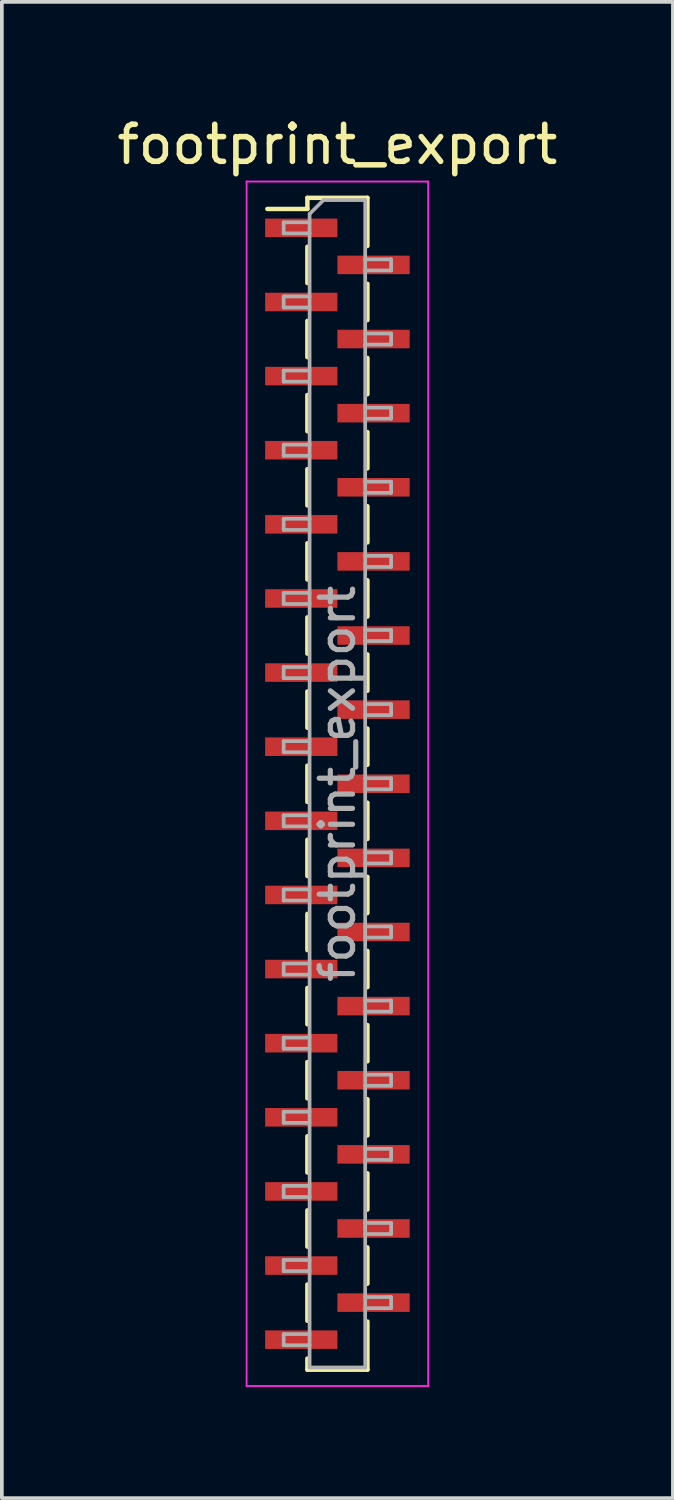
<source format=kicad_pcb>
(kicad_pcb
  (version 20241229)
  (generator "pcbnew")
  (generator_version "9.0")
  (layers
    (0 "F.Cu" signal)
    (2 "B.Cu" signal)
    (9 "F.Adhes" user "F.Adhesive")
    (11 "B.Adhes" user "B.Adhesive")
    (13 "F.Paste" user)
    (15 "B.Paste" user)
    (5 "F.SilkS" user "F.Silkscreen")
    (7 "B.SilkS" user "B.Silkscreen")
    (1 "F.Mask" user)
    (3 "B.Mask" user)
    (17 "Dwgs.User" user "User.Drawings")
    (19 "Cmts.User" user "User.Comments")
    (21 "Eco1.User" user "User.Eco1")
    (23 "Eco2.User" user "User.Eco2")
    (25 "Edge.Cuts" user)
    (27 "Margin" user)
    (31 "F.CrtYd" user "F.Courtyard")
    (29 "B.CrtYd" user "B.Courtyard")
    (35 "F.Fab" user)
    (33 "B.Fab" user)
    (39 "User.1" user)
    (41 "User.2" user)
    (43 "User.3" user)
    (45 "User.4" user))
  (footprint "footprint_export"
    (layer "F.Cu")
    (at 6.054 18.098)
    (property "Reference" "footprint_export" (at 0 -17.25 0) (layer "F.SilkS") (effects (font (size 1 1) (thickness 0.15))))
    (attr smd)
    (fp_line (start -1.89 -15.51) (end -0.81 -15.51) (stroke (width 0.12) (type solid)) (layer "F.SilkS"))
    (fp_line (start -0.81 -15.81) (end -0.81 -15.51) (stroke (width 0.12) (type solid)) (layer "F.SilkS"))
    (fp_line (start -0.81 -15.81) (end 0.81 -15.81) (stroke (width 0.12) (type solid)) (layer "F.SilkS"))
    (fp_line (start -0.81 -14.49) (end -0.81 -13.51) (stroke (width 0.12) (type solid)) (layer "F.SilkS"))
    (fp_line (start -0.81 -12.49) (end -0.81 -11.51) (stroke (width 0.12) (type solid)) (layer "F.SilkS"))
    (fp_line (start -0.81 -10.49) (end -0.81 -9.51) (stroke (width 0.12) (type solid)) (layer "F.SilkS"))
    (fp_line (start -0.81 -8.49) (end -0.81 -7.51) (stroke (width 0.12) (type solid)) (layer "F.SilkS"))
    (fp_line (start -0.81 -6.49) (end -0.81 -5.51) (stroke (width 0.12) (type solid)) (layer "F.SilkS"))
    (fp_line (start -0.81 -4.49) (end -0.81 -3.51) (stroke (width 0.12) (type solid)) (layer "F.SilkS"))
    (fp_line (start -0.81 -2.49) (end -0.81 -1.51) (stroke (width 0.12) (type solid)) (layer "F.SilkS"))
    (fp_line (start -0.81 -0.49) (end -0.81 0.49) (stroke (width 0.12) (type solid)) (layer "F.SilkS"))
    (fp_line (start -0.81 1.51) (end -0.81 2.49) (stroke (width 0.12) (type solid)) (layer "F.SilkS"))
    (fp_line (start -0.81 3.51) (end -0.81 4.49) (stroke (width 0.12) (type solid)) (layer "F.SilkS"))
    (fp_line (start -0.81 5.51) (end -0.81 6.49) (stroke (width 0.12) (type solid)) (layer "F.SilkS"))
    (fp_line (start -0.81 7.51) (end -0.81 8.49) (stroke (width 0.12) (type solid)) (layer "F.SilkS"))
    (fp_line (start -0.81 9.51) (end -0.81 10.49) (stroke (width 0.12) (type solid)) (layer "F.SilkS"))
    (fp_line (start -0.81 11.51) (end -0.81 12.49) (stroke (width 0.12) (type solid)) (layer "F.SilkS"))
    (fp_line (start -0.81 13.51) (end -0.81 14.49) (stroke (width 0.12) (type solid)) (layer "F.SilkS"))
    (fp_line (start -0.81 15.51) (end -0.81 15.81) (stroke (width 0.12) (type solid)) (layer "F.SilkS"))
    (fp_line (start -0.81 15.81) (end 0.81 15.81) (stroke (width 0.12) (type solid)) (layer "F.SilkS"))
    (fp_line (start 0.81 -15.81) (end 0.81 -14.51) (stroke (width 0.12) (type solid)) (layer "F.SilkS"))
    (fp_line (start 0.81 -13.49) (end 0.81 -12.51) (stroke (width 0.12) (type solid)) (layer "F.SilkS"))
    (fp_line (start 0.81 -11.49) (end 0.81 -10.51) (stroke (width 0.12) (type solid)) (layer "F.SilkS"))
    (fp_line (start 0.81 -9.49) (end 0.81 -8.51) (stroke (width 0.12) (type solid)) (layer "F.SilkS"))
    (fp_line (start 0.81 -7.49) (end 0.81 -6.51) (stroke (width 0.12) (type solid)) (layer "F.SilkS"))
    (fp_line (start 0.81 -5.49) (end 0.81 -4.51) (stroke (width 0.12) (type solid)) (layer "F.SilkS"))
    (fp_line (start 0.81 -3.49) (end 0.81 -2.51) (stroke (width 0.12) (type solid)) (layer "F.SilkS"))
    (fp_line (start 0.81 -1.49) (end 0.81 -0.51) (stroke (width 0.12) (type solid)) (layer "F.SilkS"))
    (fp_line (start 0.81 0.51) (end 0.81 1.49) (stroke (width 0.12) (type solid)) (layer "F.SilkS"))
    (fp_line (start 0.81 2.51) (end 0.81 3.49) (stroke (width 0.12) (type solid)) (layer "F.SilkS"))
    (fp_line (start 0.81 4.51) (end 0.81 5.49) (stroke (width 0.12) (type solid)) (layer "F.SilkS"))
    (fp_line (start 0.81 6.51) (end 0.81 7.49) (stroke (width 0.12) (type solid)) (layer "F.SilkS"))
    (fp_line (start 0.81 8.51) (end 0.81 9.49) (stroke (width 0.12) (type solid)) (layer "F.SilkS"))
    (fp_line (start 0.81 10.51) (end 0.81 11.49) (stroke (width 0.12) (type solid)) (layer "F.SilkS"))
    (fp_line (start 0.81 12.51) (end 0.81 13.49) (stroke (width 0.12) (type solid)) (layer "F.SilkS"))
    (fp_line (start 0.81 14.51) (end 0.81 15.81) (stroke (width 0.12) (type solid)) (layer "F.SilkS"))
    (fp_line (start -2.45 -16.25) (end 2.45 -16.25) (stroke (width 0.05) (type solid)) (layer "F.CrtYd"))
    (fp_line (start -2.45 16.25) (end -2.45 -16.25) (stroke (width 0.05) (type solid)) (layer "F.CrtYd"))
    (fp_line (start 2.45 -16.25) (end 2.45 16.25) (stroke (width 0.05) (type solid)) (layer "F.CrtYd"))
    (fp_line (start 2.45 16.25) (end -2.45 16.25) (stroke (width 0.05) (type solid)) (layer "F.CrtYd"))
    (fp_line (start -1.45 -15.15) (end -0.75 -15.15) (stroke (width 0.1) (type solid)) (layer "F.Fab"))
    (fp_line (start -1.45 -14.85) (end -1.45 -15.15) (stroke (width 0.1) (type solid)) (layer "F.Fab"))
    (fp_line (start -1.45 -13.15) (end -0.75 -13.15) (stroke (width 0.1) (type solid)) (layer "F.Fab"))
    (fp_line (start -1.45 -12.85) (end -1.45 -13.15) (stroke (width 0.1) (type solid)) (layer "F.Fab"))
    (fp_line (start -1.45 -11.15) (end -0.75 -11.15) (stroke (width 0.1) (type solid)) (layer "F.Fab"))
    (fp_line (start -1.45 -10.85) (end -1.45 -11.15) (stroke (width 0.1) (type solid)) (layer "F.Fab"))
    (fp_line (start -1.45 -9.15) (end -0.75 -9.15) (stroke (width 0.1) (type solid)) (layer "F.Fab"))
    (fp_line (start -1.45 -8.85) (end -1.45 -9.15) (stroke (width 0.1) (type solid)) (layer "F.Fab"))
    (fp_line (start -1.45 -7.15) (end -0.75 -7.15) (stroke (width 0.1) (type solid)) (layer "F.Fab"))
    (fp_line (start -1.45 -6.85) (end -1.45 -7.15) (stroke (width 0.1) (type solid)) (layer "F.Fab"))
    (fp_line (start -1.45 -5.15) (end -0.75 -5.15) (stroke (width 0.1) (type solid)) (layer "F.Fab"))
    (fp_line (start -1.45 -4.85) (end -1.45 -5.15) (stroke (width 0.1) (type solid)) (layer "F.Fab"))
    (fp_line (start -1.45 -3.15) (end -0.75 -3.15) (stroke (width 0.1) (type solid)) (layer "F.Fab"))
    (fp_line (start -1.45 -2.85) (end -1.45 -3.15) (stroke (width 0.1) (type solid)) (layer "F.Fab"))
    (fp_line (start -1.45 -1.15) (end -0.75 -1.15) (stroke (width 0.1) (type solid)) (layer "F.Fab"))
    (fp_line (start -1.45 -0.85) (end -1.45 -1.15) (stroke (width 0.1) (type solid)) (layer "F.Fab"))
    (fp_line (start -1.45 0.85) (end -0.75 0.85) (stroke (width 0.1) (type solid)) (layer "F.Fab"))
    (fp_line (start -1.45 1.15) (end -1.45 0.85) (stroke (width 0.1) (type solid)) (layer "F.Fab"))
    (fp_line (start -1.45 2.85) (end -0.75 2.85) (stroke (width 0.1) (type solid)) (layer "F.Fab"))
    (fp_line (start -1.45 3.15) (end -1.45 2.85) (stroke (width 0.1) (type solid)) (layer "F.Fab"))
    (fp_line (start -1.45 4.85) (end -0.75 4.85) (stroke (width 0.1) (type solid)) (layer "F.Fab"))
    (fp_line (start -1.45 5.15) (end -1.45 4.85) (stroke (width 0.1) (type solid)) (layer "F.Fab"))
    (fp_line (start -1.45 6.85) (end -0.75 6.85) (stroke (width 0.1) (type solid)) (layer "F.Fab"))
    (fp_line (start -1.45 7.15) (end -1.45 6.85) (stroke (width 0.1) (type solid)) (layer "F.Fab"))
    (fp_line (start -1.45 8.85) (end -0.75 8.85) (stroke (width 0.1) (type solid)) (layer "F.Fab"))
    (fp_line (start -1.45 9.15) (end -1.45 8.85) (stroke (width 0.1) (type solid)) (layer "F.Fab"))
    (fp_line (start -1.45 10.85) (end -0.75 10.85) (stroke (width 0.1) (type solid)) (layer "F.Fab"))
    (fp_line (start -1.45 11.15) (end -1.45 10.85) (stroke (width 0.1) (type solid)) (layer "F.Fab"))
    (fp_line (start -1.45 12.85) (end -0.75 12.85) (stroke (width 0.1) (type solid)) (layer "F.Fab"))
    (fp_line (start -1.45 13.15) (end -1.45 12.85) (stroke (width 0.1) (type solid)) (layer "F.Fab"))
    (fp_line (start -1.45 14.85) (end -0.75 14.85) (stroke (width 0.1) (type solid)) (layer "F.Fab"))
    (fp_line (start -1.45 15.15) (end -1.45 14.85) (stroke (width 0.1) (type solid)) (layer "F.Fab"))
    (fp_line (start -0.75 -15.375) (end -0.375 -15.75) (stroke (width 0.1) (type solid)) (layer "F.Fab"))
    (fp_line (start -0.75 -14.85) (end -1.45 -14.85) (stroke (width 0.1) (type solid)) (layer "F.Fab"))
    (fp_line (start -0.75 -12.85) (end -1.45 -12.85) (stroke (width 0.1) (type solid)) (layer "F.Fab"))
    (fp_line (start -0.75 -10.85) (end -1.45 -10.85) (stroke (width 0.1) (type solid)) (layer "F.Fab"))
    (fp_line (start -0.75 -8.85) (end -1.45 -8.85) (stroke (width 0.1) (type solid)) (layer "F.Fab"))
    (fp_line (start -0.75 -6.85) (end -1.45 -6.85) (stroke (width 0.1) (type solid)) (layer "F.Fab"))
    (fp_line (start -0.75 -4.85) (end -1.45 -4.85) (stroke (width 0.1) (type solid)) (layer "F.Fab"))
    (fp_line (start -0.75 -2.85) (end -1.45 -2.85) (stroke (width 0.1) (type solid)) (layer "F.Fab"))
    (fp_line (start -0.75 -0.85) (end -1.45 -0.85) (stroke (width 0.1) (type solid)) (layer "F.Fab"))
    (fp_line (start -0.75 1.15) (end -1.45 1.15) (stroke (width 0.1) (type solid)) (layer "F.Fab"))
    (fp_line (start -0.75 3.15) (end -1.45 3.15) (stroke (width 0.1) (type solid)) (layer "F.Fab"))
    (fp_line (start -0.75 5.15) (end -1.45 5.15) (stroke (width 0.1) (type solid)) (layer "F.Fab"))
    (fp_line (start -0.75 7.15) (end -1.45 7.15) (stroke (width 0.1) (type solid)) (layer "F.Fab"))
    (fp_line (start -0.75 9.15) (end -1.45 9.15) (stroke (width 0.1) (type solid)) (layer "F.Fab"))
    (fp_line (start -0.75 11.15) (end -1.45 11.15) (stroke (width 0.1) (type solid)) (layer "F.Fab"))
    (fp_line (start -0.75 13.15) (end -1.45 13.15) (stroke (width 0.1) (type solid)) (layer "F.Fab"))
    (fp_line (start -0.75 15.15) (end -1.45 15.15) (stroke (width 0.1) (type solid)) (layer "F.Fab"))
    (fp_line (start -0.75 15.75) (end -0.75 -15.375) (stroke (width 0.1) (type solid)) (layer "F.Fab"))
    (fp_line (start -0.375 -15.75) (end 0.75 -15.75) (stroke (width 0.1) (type solid)) (layer "F.Fab"))
    (fp_line (start 0.75 -15.75) (end 0.75 15.75) (stroke (width 0.1) (type solid)) (layer "F.Fab"))
    (fp_line (start 0.75 -14.15) (end 1.45 -14.15) (stroke (width 0.1) (type solid)) (layer "F.Fab"))
    (fp_line (start 0.75 -12.15) (end 1.45 -12.15) (stroke (width 0.1) (type solid)) (layer "F.Fab"))
    (fp_line (start 0.75 -10.15) (end 1.45 -10.15) (stroke (width 0.1) (type solid)) (layer "F.Fab"))
    (fp_line (start 0.75 -8.15) (end 1.45 -8.15) (stroke (width 0.1) (type solid)) (layer "F.Fab"))
    (fp_line (start 0.75 -6.15) (end 1.45 -6.15) (stroke (width 0.1) (type solid)) (layer "F.Fab"))
    (fp_line (start 0.75 -4.15) (end 1.45 -4.15) (stroke (width 0.1) (type solid)) (layer "F.Fab"))
    (fp_line (start 0.75 -2.15) (end 1.45 -2.15) (stroke (width 0.1) (type solid)) (layer "F.Fab"))
    (fp_line (start 0.75 -0.15) (end 1.45 -0.15) (stroke (width 0.1) (type solid)) (layer "F.Fab"))
    (fp_line (start 0.75 1.85) (end 1.45 1.85) (stroke (width 0.1) (type solid)) (layer "F.Fab"))
    (fp_line (start 0.75 3.85) (end 1.45 3.85) (stroke (width 0.1) (type solid)) (layer "F.Fab"))
    (fp_line (start 0.75 5.85) (end 1.45 5.85) (stroke (width 0.1) (type solid)) (layer "F.Fab"))
    (fp_line (start 0.75 7.85) (end 1.45 7.85) (stroke (width 0.1) (type solid)) (layer "F.Fab"))
    (fp_line (start 0.75 9.85) (end 1.45 9.85) (stroke (width 0.1) (type solid)) (layer "F.Fab"))
    (fp_line (start 0.75 11.85) (end 1.45 11.85) (stroke (width 0.1) (type solid)) (layer "F.Fab"))
    (fp_line (start 0.75 13.85) (end 1.45 13.85) (stroke (width 0.1) (type solid)) (layer "F.Fab"))
    (fp_line (start 0.75 15.75) (end -0.75 15.75) (stroke (width 0.1) (type solid)) (layer "F.Fab"))
    (fp_line (start 1.45 -14.15) (end 1.45 -13.85) (stroke (width 0.1) (type solid)) (layer "F.Fab"))
    (fp_line (start 1.45 -13.85) (end 0.75 -13.85) (stroke (width 0.1) (type solid)) (layer "F.Fab"))
    (fp_line (start 1.45 -12.15) (end 1.45 -11.85) (stroke (width 0.1) (type solid)) (layer "F.Fab"))
    (fp_line (start 1.45 -11.85) (end 0.75 -11.85) (stroke (width 0.1) (type solid)) (layer "F.Fab"))
    (fp_line (start 1.45 -10.15) (end 1.45 -9.85) (stroke (width 0.1) (type solid)) (layer "F.Fab"))
    (fp_line (start 1.45 -9.85) (end 0.75 -9.85) (stroke (width 0.1) (type solid)) (layer "F.Fab"))
    (fp_line (start 1.45 -8.15) (end 1.45 -7.85) (stroke (width 0.1) (type solid)) (layer "F.Fab"))
    (fp_line (start 1.45 -7.85) (end 0.75 -7.85) (stroke (width 0.1) (type solid)) (layer "F.Fab"))
    (fp_line (start 1.45 -6.15) (end 1.45 -5.85) (stroke (width 0.1) (type solid)) (layer "F.Fab"))
    (fp_line (start 1.45 -5.85) (end 0.75 -5.85) (stroke (width 0.1) (type solid)) (layer "F.Fab"))
    (fp_line (start 1.45 -4.15) (end 1.45 -3.85) (stroke (width 0.1) (type solid)) (layer "F.Fab"))
    (fp_line (start 1.45 -3.85) (end 0.75 -3.85) (stroke (width 0.1) (type solid)) (layer "F.Fab"))
    (fp_line (start 1.45 -2.15) (end 1.45 -1.85) (stroke (width 0.1) (type solid)) (layer "F.Fab"))
    (fp_line (start 1.45 -1.85) (end 0.75 -1.85) (stroke (width 0.1) (type solid)) (layer "F.Fab"))
    (fp_line (start 1.45 -0.15) (end 1.45 0.15) (stroke (width 0.1) (type solid)) (layer "F.Fab"))
    (fp_line (start 1.45 0.15) (end 0.75 0.15) (stroke (width 0.1) (type solid)) (layer "F.Fab"))
    (fp_line (start 1.45 1.85) (end 1.45 2.15) (stroke (width 0.1) (type solid)) (layer "F.Fab"))
    (fp_line (start 1.45 2.15) (end 0.75 2.15) (stroke (width 0.1) (type solid)) (layer "F.Fab"))
    (fp_line (start 1.45 3.85) (end 1.45 4.15) (stroke (width 0.1) (type solid)) (layer "F.Fab"))
    (fp_line (start 1.45 4.15) (end 0.75 4.15) (stroke (width 0.1) (type solid)) (layer "F.Fab"))
    (fp_line (start 1.45 5.85) (end 1.45 6.15) (stroke (width 0.1) (type solid)) (layer "F.Fab"))
    (fp_line (start 1.45 6.15) (end 0.75 6.15) (stroke (width 0.1) (type solid)) (layer "F.Fab"))
    (fp_line (start 1.45 7.85) (end 1.45 8.15) (stroke (width 0.1) (type solid)) (layer "F.Fab"))
    (fp_line (start 1.45 8.15) (end 0.75 8.15) (stroke (width 0.1) (type solid)) (layer "F.Fab"))
    (fp_line (start 1.45 9.85) (end 1.45 10.15) (stroke (width 0.1) (type solid)) (layer "F.Fab"))
    (fp_line (start 1.45 10.15) (end 0.75 10.15) (stroke (width 0.1) (type solid)) (layer "F.Fab"))
    (fp_line (start 1.45 11.85) (end 1.45 12.15) (stroke (width 0.1) (type solid)) (layer "F.Fab"))
    (fp_line (start 1.45 12.15) (end 0.75 12.15) (stroke (width 0.1) (type solid)) (layer "F.Fab"))
    (fp_line (start 1.45 13.85) (end 1.45 14.15) (stroke (width 0.1) (type solid)) (layer "F.Fab"))
    (fp_line (start 1.45 14.15) (end 0.75 14.15) (stroke (width 0.1) (type solid)) (layer "F.Fab"))
    (fp_text user "${REFERENCE}" (at 0 0 90) (layer "F.Fab") (effects (font (size 0.9 0.9) (thickness 0.14))))
    (pad "1" smd rect (at -0.975 -15) (size 1.95 0.5) (layers "F.Cu" "F.Mask" "F.Paste"))
    (pad "2" smd rect (at 0.975 -14) (size 1.95 0.5) (layers "F.Cu" "F.Mask" "F.Paste"))
    (pad "3" smd rect (at -0.975 -13) (size 1.95 0.5) (layers "F.Cu" "F.Mask" "F.Paste"))
    (pad "4" smd rect (at 0.975 -12) (size 1.95 0.5) (layers "F.Cu" "F.Mask" "F.Paste"))
    (pad "5" smd rect (at -0.975 -11) (size 1.95 0.5) (layers "F.Cu" "F.Mask" "F.Paste"))
    (pad "6" smd rect (at 0.975 -10) (size 1.95 0.5) (layers "F.Cu" "F.Mask" "F.Paste"))
    (pad "7" smd rect (at -0.975 -9) (size 1.95 0.5) (layers "F.Cu" "F.Mask" "F.Paste"))
    (pad "8" smd rect (at 0.975 -8) (size 1.95 0.5) (layers "F.Cu" "F.Mask" "F.Paste"))
    (pad "9" smd rect (at -0.975 -7) (size 1.95 0.5) (layers "F.Cu" "F.Mask" "F.Paste"))
    (pad "10" smd rect (at 0.975 -6) (size 1.95 0.5) (layers "F.Cu" "F.Mask" "F.Paste"))
    (pad "11" smd rect (at -0.975 -5) (size 1.95 0.5) (layers "F.Cu" "F.Mask" "F.Paste"))
    (pad "12" smd rect (at 0.975 -4) (size 1.95 0.5) (layers "F.Cu" "F.Mask" "F.Paste"))
    (pad "13" smd rect (at -0.975 -3) (size 1.95 0.5) (layers "F.Cu" "F.Mask" "F.Paste"))
    (pad "14" smd rect (at 0.975 -2) (size 1.95 0.5) (layers "F.Cu" "F.Mask" "F.Paste"))
    (pad "15" smd rect (at -0.975 -1) (size 1.95 0.5) (layers "F.Cu" "F.Mask" "F.Paste"))
    (pad "16" smd rect (at 0.975 0) (size 1.95 0.5) (layers "F.Cu" "F.Mask" "F.Paste"))
    (pad "17" smd rect (at -0.975 1) (size 1.95 0.5) (layers "F.Cu" "F.Mask" "F.Paste"))
    (pad "18" smd rect (at 0.975 2) (size 1.95 0.5) (layers "F.Cu" "F.Mask" "F.Paste"))
    (pad "19" smd rect (at -0.975 3) (size 1.95 0.5) (layers "F.Cu" "F.Mask" "F.Paste"))
    (pad "20" smd rect (at 0.975 4) (size 1.95 0.5) (layers "F.Cu" "F.Mask" "F.Paste"))
    (pad "21" smd rect (at -0.975 5) (size 1.95 0.5) (layers "F.Cu" "F.Mask" "F.Paste"))
    (pad "22" smd rect (at 0.975 6) (size 1.95 0.5) (layers "F.Cu" "F.Mask" "F.Paste"))
    (pad "23" smd rect (at -0.975 7) (size 1.95 0.5) (layers "F.Cu" "F.Mask" "F.Paste"))
    (pad "24" smd rect (at 0.975 8) (size 1.95 0.5) (layers "F.Cu" "F.Mask" "F.Paste"))
    (pad "25" smd rect (at -0.975 9) (size 1.95 0.5) (layers "F.Cu" "F.Mask" "F.Paste"))
    (pad "26" smd rect (at 0.975 10) (size 1.95 0.5) (layers "F.Cu" "F.Mask" "F.Paste"))
    (pad "27" smd rect (at -0.975 11) (size 1.95 0.5) (layers "F.Cu" "F.Mask" "F.Paste"))
    (pad "28" smd rect (at 0.975 12) (size 1.95 0.5) (layers "F.Cu" "F.Mask" "F.Paste"))
    (pad "29" smd rect (at -0.975 13) (size 1.95 0.5) (layers "F.Cu" "F.Mask" "F.Paste"))
    (pad "30" smd rect (at 0.975 14) (size 1.95 0.5) (layers "F.Cu" "F.Mask" "F.Paste"))
    (pad "31" smd rect (at -0.975 15) (size 1.95 0.5) (layers "F.Cu" "F.Mask" "F.Paste")))
  (gr_rect
    (start -3 -3)
    (end 15.107 37.373)
    (stroke (width 0.1) (type default))
    (fill no)
    (layer "Edge.Cuts")))
</source>
